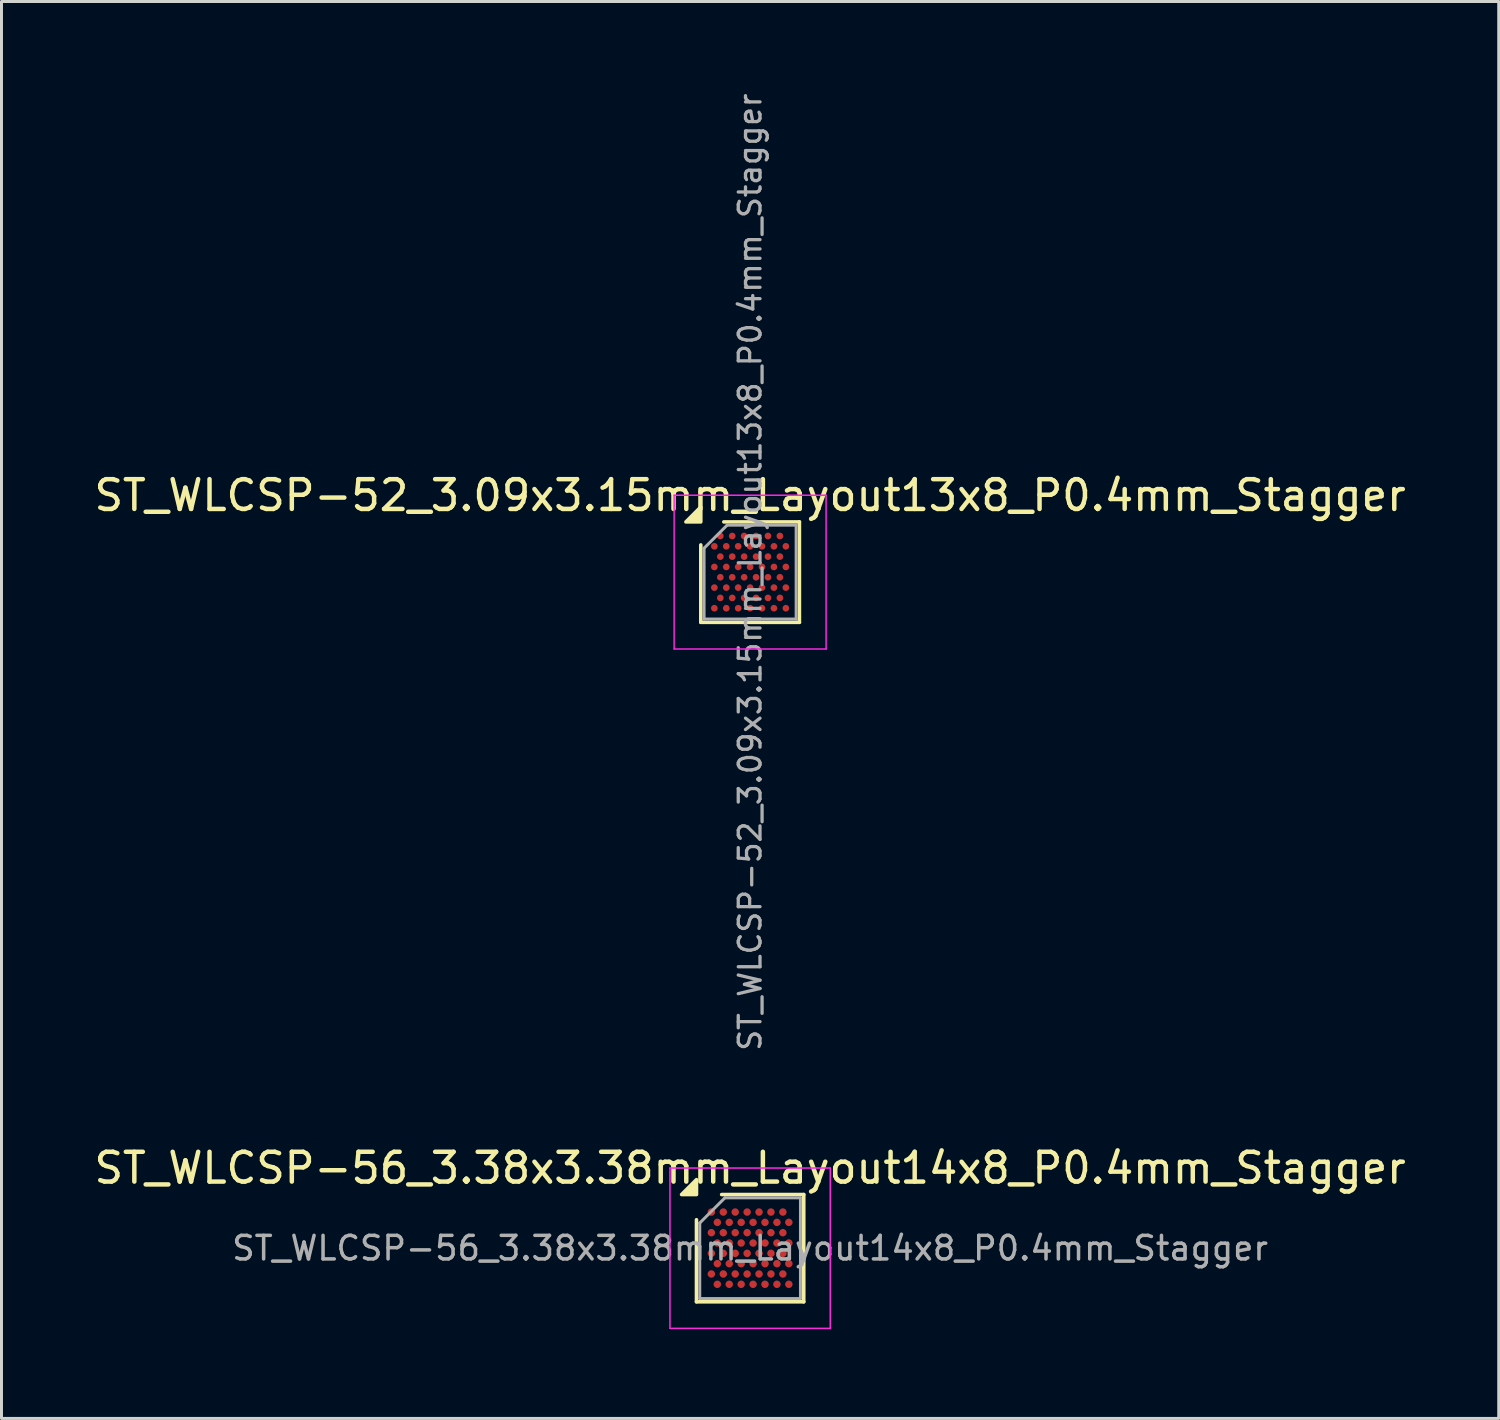
<source format=kicad_pcb>
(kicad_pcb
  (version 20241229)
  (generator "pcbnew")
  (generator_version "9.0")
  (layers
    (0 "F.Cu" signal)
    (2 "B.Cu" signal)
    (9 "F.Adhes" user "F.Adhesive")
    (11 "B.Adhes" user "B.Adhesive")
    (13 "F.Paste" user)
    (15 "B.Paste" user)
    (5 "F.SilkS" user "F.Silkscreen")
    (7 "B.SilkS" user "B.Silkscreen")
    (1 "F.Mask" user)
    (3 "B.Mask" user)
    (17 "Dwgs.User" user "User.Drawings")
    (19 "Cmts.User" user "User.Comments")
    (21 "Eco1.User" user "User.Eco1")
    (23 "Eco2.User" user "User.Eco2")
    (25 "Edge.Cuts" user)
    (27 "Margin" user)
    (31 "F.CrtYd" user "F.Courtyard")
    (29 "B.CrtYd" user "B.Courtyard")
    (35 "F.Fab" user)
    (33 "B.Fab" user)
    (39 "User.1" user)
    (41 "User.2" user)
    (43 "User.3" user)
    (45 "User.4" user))
  (footprint "ST_WLCSP-56_3.38x3.38mm_Layout14x8_P0.4mm_Stagger"
    (layer "F.Cu")
    (at 22.125 38.841)
    (property "Reference" "ST_WLCSP-56_3.38x3.38mm_Layout14x8_P0.4mm_Stagger" (at 0 -2.69 0) (layer "F.SilkS") (effects (font (size 1 1) (thickness 0.15))))
    (attr smd)
    (fp_line (start -1.8 1.8) (end -1.8 -0.955) (stroke (width 0.12) (type solid)) (layer "F.SilkS"))
    (fp_line (start -0.955 -1.8) (end 1.8 -1.8) (stroke (width 0.12) (type solid)) (layer "F.SilkS"))
    (fp_line (start 1.8 -1.8) (end 1.8 1.8) (stroke (width 0.12) (type solid)) (layer "F.SilkS"))
    (fp_line (start 1.8 1.8) (end -1.8 1.8) (stroke (width 0.12) (type solid)) (layer "F.SilkS"))
    (fp_poly (pts (xy -1.8 -1.8) (xy -2.3 -1.8) (xy -1.8 -2.3) (xy -1.8 -1.8)) (stroke (width 0.12) (type solid)) (fill yes) (layer "F.SilkS"))
    (fp_line (start -2.69 -2.69) (end -2.69 2.69) (stroke (width 0.05) (type solid)) (layer "F.CrtYd"))
    (fp_line (start -2.69 2.69) (end 2.69 2.69) (stroke (width 0.05) (type solid)) (layer "F.CrtYd"))
    (fp_line (start 2.69 -2.69) (end -2.69 -2.69) (stroke (width 0.05) (type solid)) (layer "F.CrtYd"))
    (fp_line (start 2.69 2.69) (end 2.69 -2.69) (stroke (width 0.05) (type solid)) (layer "F.CrtYd"))
    (fp_line (start -1.69 -0.845) (end -0.845 -1.69) (stroke (width 0.1) (type solid)) (layer "F.Fab"))
    (fp_line (start -1.69 1.69) (end -1.69 -0.845) (stroke (width 0.1) (type solid)) (layer "F.Fab"))
    (fp_line (start -0.845 -1.69) (end 1.69 -1.69) (stroke (width 0.1) (type solid)) (layer "F.Fab"))
    (fp_line (start 1.69 -1.69) (end 1.69 1.69) (stroke (width 0.1) (type solid)) (layer "F.Fab"))
    (fp_line (start 1.69 1.69) (end -1.69 1.69) (stroke (width 0.1) (type solid)) (layer "F.Fab"))
    (fp_text user "${REFERENCE}" (at 0 0 0) (layer "F.Fab") (effects (font (size 0.79 0.79) (thickness 0.118))))
    (pad "A1" smd circle (at -1.3 -1.212) (size 0.25 0.25) (property pad_prop_bga) (layers "F.Cu" "F.Mask" "F.Paste"))
    (pad "A3" smd circle (at -0.9 -1.212) (size 0.25 0.25) (property pad_prop_bga) (layers "F.Cu" "F.Mask" "F.Paste"))
    (pad "A5" smd circle (at -0.5 -1.212) (size 0.25 0.25) (property pad_prop_bga) (layers "F.Cu" "F.Mask" "F.Paste"))
    (pad "A7" smd circle (at -0.1 -1.212) (size 0.25 0.25) (property pad_prop_bga) (layers "F.Cu" "F.Mask" "F.Paste"))
    (pad "A9" smd circle (at 0.3 -1.212) (size 0.25 0.25) (property pad_prop_bga) (layers "F.Cu" "F.Mask" "F.Paste"))
    (pad "A11" smd circle (at 0.7 -1.212) (size 0.25 0.25) (property pad_prop_bga) (layers "F.Cu" "F.Mask" "F.Paste"))
    (pad "A13" smd circle (at 1.1 -1.212) (size 0.25 0.25) (property pad_prop_bga) (layers "F.Cu" "F.Mask" "F.Paste"))
    (pad "B2" smd circle (at -1.1 -0.866) (size 0.25 0.25) (property pad_prop_bga) (layers "F.Cu" "F.Mask" "F.Paste"))
    (pad "B4" smd circle (at -0.7 -0.866) (size 0.25 0.25) (property pad_prop_bga) (layers "F.Cu" "F.Mask" "F.Paste"))
    (pad "B6" smd circle (at -0.3 -0.866) (size 0.25 0.25) (property pad_prop_bga) (layers "F.Cu" "F.Mask" "F.Paste"))
    (pad "B8" smd circle (at 0.1 -0.866) (size 0.25 0.25) (property pad_prop_bga) (layers "F.Cu" "F.Mask" "F.Paste"))
    (pad "B10" smd circle (at 0.5 -0.866) (size 0.25 0.25) (property pad_prop_bga) (layers "F.Cu" "F.Mask" "F.Paste"))
    (pad "B12" smd circle (at 0.9 -0.866) (size 0.25 0.25) (property pad_prop_bga) (layers "F.Cu" "F.Mask" "F.Paste"))
    (pad "B14" smd circle (at 1.3 -0.866) (size 0.25 0.25) (property pad_prop_bga) (layers "F.Cu" "F.Mask" "F.Paste"))
    (pad "C1" smd circle (at -1.3 -0.52) (size 0.25 0.25) (property pad_prop_bga) (layers "F.Cu" "F.Mask" "F.Paste"))
    (pad "C3" smd circle (at -0.9 -0.52) (size 0.25 0.25) (property pad_prop_bga) (layers "F.Cu" "F.Mask" "F.Paste"))
    (pad "C5" smd circle (at -0.5 -0.52) (size 0.25 0.25) (property pad_prop_bga) (layers "F.Cu" "F.Mask" "F.Paste"))
    (pad "C7" smd circle (at -0.1 -0.52) (size 0.25 0.25) (property pad_prop_bga) (layers "F.Cu" "F.Mask" "F.Paste"))
    (pad "C9" smd circle (at 0.3 -0.52) (size 0.25 0.25) (property pad_prop_bga) (layers "F.Cu" "F.Mask" "F.Paste"))
    (pad "C11" smd circle (at 0.7 -0.52) (size 0.25 0.25) (property pad_prop_bga) (layers "F.Cu" "F.Mask" "F.Paste"))
    (pad "C13" smd circle (at 1.1 -0.52) (size 0.25 0.25) (property pad_prop_bga) (layers "F.Cu" "F.Mask" "F.Paste"))
    (pad "D2" smd circle (at -1.1 -0.173) (size 0.25 0.25) (property pad_prop_bga) (layers "F.Cu" "F.Mask" "F.Paste"))
    (pad "D4" smd circle (at -0.7 -0.173) (size 0.25 0.25) (property pad_prop_bga) (layers "F.Cu" "F.Mask" "F.Paste"))
    (pad "D6" smd circle (at -0.3 -0.173) (size 0.25 0.25) (property pad_prop_bga) (layers "F.Cu" "F.Mask" "F.Paste"))
    (pad "D8" smd circle (at 0.1 -0.173) (size 0.25 0.25) (property pad_prop_bga) (layers "F.Cu" "F.Mask" "F.Paste"))
    (pad "D10" smd circle (at 0.5 -0.173) (size 0.25 0.25) (property pad_prop_bga) (layers "F.Cu" "F.Mask" "F.Paste"))
    (pad "D12" smd circle (at 0.9 -0.173) (size 0.25 0.25) (property pad_prop_bga) (layers "F.Cu" "F.Mask" "F.Paste"))
    (pad "D14" smd circle (at 1.3 -0.173) (size 0.25 0.25) (property pad_prop_bga) (layers "F.Cu" "F.Mask" "F.Paste"))
    (pad "E1" smd circle (at -1.3 0.173) (size 0.25 0.25) (property pad_prop_bga) (layers "F.Cu" "F.Mask" "F.Paste"))
    (pad "E3" smd circle (at -0.9 0.173) (size 0.25 0.25) (property pad_prop_bga) (layers "F.Cu" "F.Mask" "F.Paste"))
    (pad "E5" smd circle (at -0.5 0.173) (size 0.25 0.25) (property pad_prop_bga) (layers "F.Cu" "F.Mask" "F.Paste"))
    (pad "E7" smd circle (at -0.1 0.173) (size 0.25 0.25) (property pad_prop_bga) (layers "F.Cu" "F.Mask" "F.Paste"))
    (pad "E9" smd circle (at 0.3 0.173) (size 0.25 0.25) (property pad_prop_bga) (layers "F.Cu" "F.Mask" "F.Paste"))
    (pad "E11" smd circle (at 0.7 0.173) (size 0.25 0.25) (property pad_prop_bga) (layers "F.Cu" "F.Mask" "F.Paste"))
    (pad "E13" smd circle (at 1.1 0.173) (size 0.25 0.25) (property pad_prop_bga) (layers "F.Cu" "F.Mask" "F.Paste"))
    (pad "F2" smd circle (at -1.1 0.52) (size 0.25 0.25) (property pad_prop_bga) (layers "F.Cu" "F.Mask" "F.Paste"))
    (pad "F4" smd circle (at -0.7 0.52) (size 0.25 0.25) (property pad_prop_bga) (layers "F.Cu" "F.Mask" "F.Paste"))
    (pad "F6" smd circle (at -0.3 0.52) (size 0.25 0.25) (property pad_prop_bga) (layers "F.Cu" "F.Mask" "F.Paste"))
    (pad "F8" smd circle (at 0.1 0.52) (size 0.25 0.25) (property pad_prop_bga) (layers "F.Cu" "F.Mask" "F.Paste"))
    (pad "F10" smd circle (at 0.5 0.52) (size 0.25 0.25) (property pad_prop_bga) (layers "F.Cu" "F.Mask" "F.Paste"))
    (pad "F12" smd circle (at 0.9 0.52) (size 0.25 0.25) (property pad_prop_bga) (layers "F.Cu" "F.Mask" "F.Paste"))
    (pad "F14" smd circle (at 1.3 0.52) (size 0.25 0.25) (property pad_prop_bga) (layers "F.Cu" "F.Mask" "F.Paste"))
    (pad "G1" smd circle (at -1.3 0.866) (size 0.25 0.25) (property pad_prop_bga) (layers "F.Cu" "F.Mask" "F.Paste"))
    (pad "G3" smd circle (at -0.9 0.866) (size 0.25 0.25) (property pad_prop_bga) (layers "F.Cu" "F.Mask" "F.Paste"))
    (pad "G5" smd circle (at -0.5 0.866) (size 0.25 0.25) (property pad_prop_bga) (layers "F.Cu" "F.Mask" "F.Paste"))
    (pad "G7" smd circle (at -0.1 0.866) (size 0.25 0.25) (property pad_prop_bga) (layers "F.Cu" "F.Mask" "F.Paste"))
    (pad "G9" smd circle (at 0.3 0.866) (size 0.25 0.25) (property pad_prop_bga) (layers "F.Cu" "F.Mask" "F.Paste"))
    (pad "G11" smd circle (at 0.7 0.866) (size 0.25 0.25) (property pad_prop_bga) (layers "F.Cu" "F.Mask" "F.Paste"))
    (pad "G13" smd circle (at 1.1 0.866) (size 0.25 0.25) (property pad_prop_bga) (layers "F.Cu" "F.Mask" "F.Paste"))
    (pad "H2" smd circle (at -1.1 1.212) (size 0.25 0.25) (property pad_prop_bga) (layers "F.Cu" "F.Mask" "F.Paste"))
    (pad "H4" smd circle (at -0.7 1.212) (size 0.25 0.25) (property pad_prop_bga) (layers "F.Cu" "F.Mask" "F.Paste"))
    (pad "H6" smd circle (at -0.3 1.212) (size 0.25 0.25) (property pad_prop_bga) (layers "F.Cu" "F.Mask" "F.Paste"))
    (pad "H8" smd circle (at 0.1 1.212) (size 0.25 0.25) (property pad_prop_bga) (layers "F.Cu" "F.Mask" "F.Paste"))
    (pad "H10" smd circle (at 0.5 1.212) (size 0.25 0.25) (property pad_prop_bga) (layers "F.Cu" "F.Mask" "F.Paste"))
    (pad "H12" smd circle (at 0.9 1.212) (size 0.25 0.25) (property pad_prop_bga) (layers "F.Cu" "F.Mask" "F.Paste"))
    (pad "H14" smd circle (at 1.3 1.212) (size 0.25 0.25) (property pad_prop_bga) (layers "F.Cu" "F.Mask" "F.Paste")))
  (footprint "ST_WLCSP-52_3.09x3.15mm_Layout13x8_P0.4mm_Stagger"
    (layer "F.Cu")
    (at 22.125 16.151)
    (property "Reference" "ST_WLCSP-52_3.09x3.15mm_Layout13x8_P0.4mm_Stagger" (at 0 -2.575 0) (layer "F.SilkS") (effects (font (size 1 1) (thickness 0.15))))
    (attr smd)
    (fp_line (start -1.655 1.685) (end -1.655 -0.912) (stroke (width 0.12) (type solid)) (layer "F.SilkS"))
    (fp_line (start -0.882 -1.685) (end 1.655 -1.685) (stroke (width 0.12) (type solid)) (layer "F.SilkS"))
    (fp_line (start 1.655 -1.685) (end 1.655 1.685) (stroke (width 0.12) (type solid)) (layer "F.SilkS"))
    (fp_line (start 1.655 1.685) (end -1.655 1.685) (stroke (width 0.12) (type solid)) (layer "F.SilkS"))
    (fp_poly (pts (xy -1.655 -1.685) (xy -2.155 -1.685) (xy -1.655 -2.185)) (stroke (width 0.12) (type solid)) (fill yes) (layer "F.SilkS"))
    (fp_line (start -2.55 -2.58) (end -2.55 2.58) (stroke (width 0.05) (type solid)) (layer "F.CrtYd"))
    (fp_line (start -2.55 2.58) (end 2.55 2.58) (stroke (width 0.05) (type solid)) (layer "F.CrtYd"))
    (fp_line (start 2.55 -2.58) (end -2.55 -2.58) (stroke (width 0.05) (type solid)) (layer "F.CrtYd"))
    (fp_line (start 2.55 2.58) (end 2.55 -2.58) (stroke (width 0.05) (type solid)) (layer "F.CrtYd"))
    (fp_line (start -1.545 -0.802) (end -0.772 -1.575) (stroke (width 0.1) (type solid)) (layer "F.Fab"))
    (fp_line (start -1.545 1.575) (end -1.545 -0.802) (stroke (width 0.1) (type solid)) (layer "F.Fab"))
    (fp_line (start -0.772 -1.575) (end 1.545 -1.575) (stroke (width 0.1) (type solid)) (layer "F.Fab"))
    (fp_line (start 1.545 -1.575) (end 1.545 1.575) (stroke (width 0.1) (type solid)) (layer "F.Fab"))
    (fp_line (start 1.545 1.575) (end -1.545 1.575) (stroke (width 0.1) (type solid)) (layer "F.Fab"))
    (fp_text user "${REFERENCE}" (at 0 0 270) (layer "F.Fab") (effects (font (size 0.73 0.73) (thickness 0.11))))
    (pad "A2" smd circle (at -1 -1.212) (size 0.225 0.225) (property pad_prop_bga) (layers "F.Cu" "F.Mask" "F.Paste"))
    (pad "A4" smd circle (at -0.6 -1.212) (size 0.225 0.225) (property pad_prop_bga) (layers "F.Cu" "F.Mask" "F.Paste"))
    (pad "A6" smd circle (at -0.2 -1.212) (size 0.225 0.225) (property pad_prop_bga) (layers "F.Cu" "F.Mask" "F.Paste"))
    (pad "A8" smd circle (at 0.2 -1.212) (size 0.225 0.225) (property pad_prop_bga) (layers "F.Cu" "F.Mask" "F.Paste"))
    (pad "A10" smd circle (at 0.6 -1.212) (size 0.225 0.225) (property pad_prop_bga) (layers "F.Cu" "F.Mask" "F.Paste"))
    (pad "A12" smd circle (at 1 -1.212) (size 0.225 0.225) (property pad_prop_bga) (layers "F.Cu" "F.Mask" "F.Paste"))
    (pad "B1" smd circle (at -1.2 -0.866) (size 0.225 0.225) (property pad_prop_bga) (layers "F.Cu" "F.Mask" "F.Paste"))
    (pad "B3" smd circle (at -0.8 -0.866) (size 0.225 0.225) (property pad_prop_bga) (layers "F.Cu" "F.Mask" "F.Paste"))
    (pad "B5" smd circle (at -0.4 -0.866) (size 0.225 0.225) (property pad_prop_bga) (layers "F.Cu" "F.Mask" "F.Paste"))
    (pad "B7" smd circle (at 0 -0.866) (size 0.225 0.225) (property pad_prop_bga) (layers "F.Cu" "F.Mask" "F.Paste"))
    (pad "B9" smd circle (at 0.4 -0.866) (size 0.225 0.225) (property pad_prop_bga) (layers "F.Cu" "F.Mask" "F.Paste"))
    (pad "B11" smd circle (at 0.8 -0.866) (size 0.225 0.225) (property pad_prop_bga) (layers "F.Cu" "F.Mask" "F.Paste"))
    (pad "B13" smd circle (at 1.2 -0.866) (size 0.225 0.225) (property pad_prop_bga) (layers "F.Cu" "F.Mask" "F.Paste"))
    (pad "C2" smd circle (at -1 -0.52) (size 0.225 0.225) (property pad_prop_bga) (layers "F.Cu" "F.Mask" "F.Paste"))
    (pad "C4" smd circle (at -0.6 -0.52) (size 0.225 0.225) (property pad_prop_bga) (layers "F.Cu" "F.Mask" "F.Paste"))
    (pad "C6" smd circle (at -0.2 -0.52) (size 0.225 0.225) (property pad_prop_bga) (layers "F.Cu" "F.Mask" "F.Paste"))
    (pad "C8" smd circle (at 0.2 -0.52) (size 0.225 0.225) (property pad_prop_bga) (layers "F.Cu" "F.Mask" "F.Paste"))
    (pad "C10" smd circle (at 0.6 -0.52) (size 0.225 0.225) (property pad_prop_bga) (layers "F.Cu" "F.Mask" "F.Paste"))
    (pad "C12" smd circle (at 1 -0.52) (size 0.225 0.225) (property pad_prop_bga) (layers "F.Cu" "F.Mask" "F.Paste"))
    (pad "D1" smd circle (at -1.2 -0.173) (size 0.225 0.225) (property pad_prop_bga) (layers "F.Cu" "F.Mask" "F.Paste"))
    (pad "D3" smd circle (at -0.8 -0.173) (size 0.225 0.225) (property pad_prop_bga) (layers "F.Cu" "F.Mask" "F.Paste"))
    (pad "D5" smd circle (at -0.4 -0.173) (size 0.225 0.225) (property pad_prop_bga) (layers "F.Cu" "F.Mask" "F.Paste"))
    (pad "D7" smd circle (at 0 -0.173) (size 0.225 0.225) (property pad_prop_bga) (layers "F.Cu" "F.Mask" "F.Paste"))
    (pad "D9" smd circle (at 0.4 -0.173) (size 0.225 0.225) (property pad_prop_bga) (layers "F.Cu" "F.Mask" "F.Paste"))
    (pad "D11" smd circle (at 0.8 -0.173) (size 0.225 0.225) (property pad_prop_bga) (layers "F.Cu" "F.Mask" "F.Paste"))
    (pad "D13" smd circle (at 1.2 -0.173) (size 0.225 0.225) (property pad_prop_bga) (layers "F.Cu" "F.Mask" "F.Paste"))
    (pad "E2" smd circle (at -1 0.173) (size 0.225 0.225) (property pad_prop_bga) (layers "F.Cu" "F.Mask" "F.Paste"))
    (pad "E4" smd circle (at -0.6 0.173) (size 0.225 0.225) (property pad_prop_bga) (layers "F.Cu" "F.Mask" "F.Paste"))
    (pad "E6" smd circle (at -0.2 0.173) (size 0.225 0.225) (property pad_prop_bga) (layers "F.Cu" "F.Mask" "F.Paste"))
    (pad "E8" smd circle (at 0.2 0.173) (size 0.225 0.225) (property pad_prop_bga) (layers "F.Cu" "F.Mask" "F.Paste"))
    (pad "E10" smd circle (at 0.6 0.173) (size 0.225 0.225) (property pad_prop_bga) (layers "F.Cu" "F.Mask" "F.Paste"))
    (pad "E12" smd circle (at 1 0.173) (size 0.225 0.225) (property pad_prop_bga) (layers "F.Cu" "F.Mask" "F.Paste"))
    (pad "F1" smd circle (at -1.2 0.52) (size 0.225 0.225) (property pad_prop_bga) (layers "F.Cu" "F.Mask" "F.Paste"))
    (pad "F3" smd circle (at -0.8 0.52) (size 0.225 0.225) (property pad_prop_bga) (layers "F.Cu" "F.Mask" "F.Paste"))
    (pad "F5" smd circle (at -0.4 0.52) (size 0.225 0.225) (property pad_prop_bga) (layers "F.Cu" "F.Mask" "F.Paste"))
    (pad "F7" smd circle (at 0 0.52) (size 0.225 0.225) (property pad_prop_bga) (layers "F.Cu" "F.Mask" "F.Paste"))
    (pad "F9" smd circle (at 0.4 0.52) (size 0.225 0.225) (property pad_prop_bga) (layers "F.Cu" "F.Mask" "F.Paste"))
    (pad "F11" smd circle (at 0.8 0.52) (size 0.225 0.225) (property pad_prop_bga) (layers "F.Cu" "F.Mask" "F.Paste"))
    (pad "F13" smd circle (at 1.2 0.52) (size 0.225 0.225) (property pad_prop_bga) (layers "F.Cu" "F.Mask" "F.Paste"))
    (pad "G2" smd circle (at -1 0.866) (size 0.225 0.225) (property pad_prop_bga) (layers "F.Cu" "F.Mask" "F.Paste"))
    (pad "G4" smd circle (at -0.6 0.866) (size 0.225 0.225) (property pad_prop_bga) (layers "F.Cu" "F.Mask" "F.Paste"))
    (pad "G6" smd circle (at -0.2 0.866) (size 0.225 0.225) (property pad_prop_bga) (layers "F.Cu" "F.Mask" "F.Paste"))
    (pad "G8" smd circle (at 0.2 0.866) (size 0.225 0.225) (property pad_prop_bga) (layers "F.Cu" "F.Mask" "F.Paste"))
    (pad "G10" smd circle (at 0.6 0.866) (size 0.225 0.225) (property pad_prop_bga) (layers "F.Cu" "F.Mask" "F.Paste"))
    (pad "G12" smd circle (at 1 0.866) (size 0.225 0.225) (property pad_prop_bga) (layers "F.Cu" "F.Mask" "F.Paste"))
    (pad "H1" smd circle (at -1.2 1.212) (size 0.225 0.225) (property pad_prop_bga) (layers "F.Cu" "F.Mask" "F.Paste"))
    (pad "H3" smd circle (at -0.8 1.212) (size 0.225 0.225) (property pad_prop_bga) (layers "F.Cu" "F.Mask" "F.Paste"))
    (pad "H5" smd circle (at -0.4 1.212) (size 0.225 0.225) (property pad_prop_bga) (layers "F.Cu" "F.Mask" "F.Paste"))
    (pad "H7" smd circle (at 0 1.212) (size 0.225 0.225) (property pad_prop_bga) (layers "F.Cu" "F.Mask" "F.Paste"))
    (pad "H9" smd circle (at 0.4 1.212) (size 0.225 0.225) (property pad_prop_bga) (layers "F.Cu" "F.Mask" "F.Paste"))
    (pad "H11" smd circle (at 0.8 1.212) (size 0.225 0.225) (property pad_prop_bga) (layers "F.Cu" "F.Mask" "F.Paste"))
    (pad "H13" smd circle (at 1.2 1.212) (size 0.225 0.225) (property pad_prop_bga) (layers "F.Cu" "F.Mask" "F.Paste")))
  (gr_rect
    (start -3 -3)
    (end 47.25 44.556)
    (stroke (width 0.1) (type default))
    (fill no)
    (layer "Edge.Cuts")))
</source>
